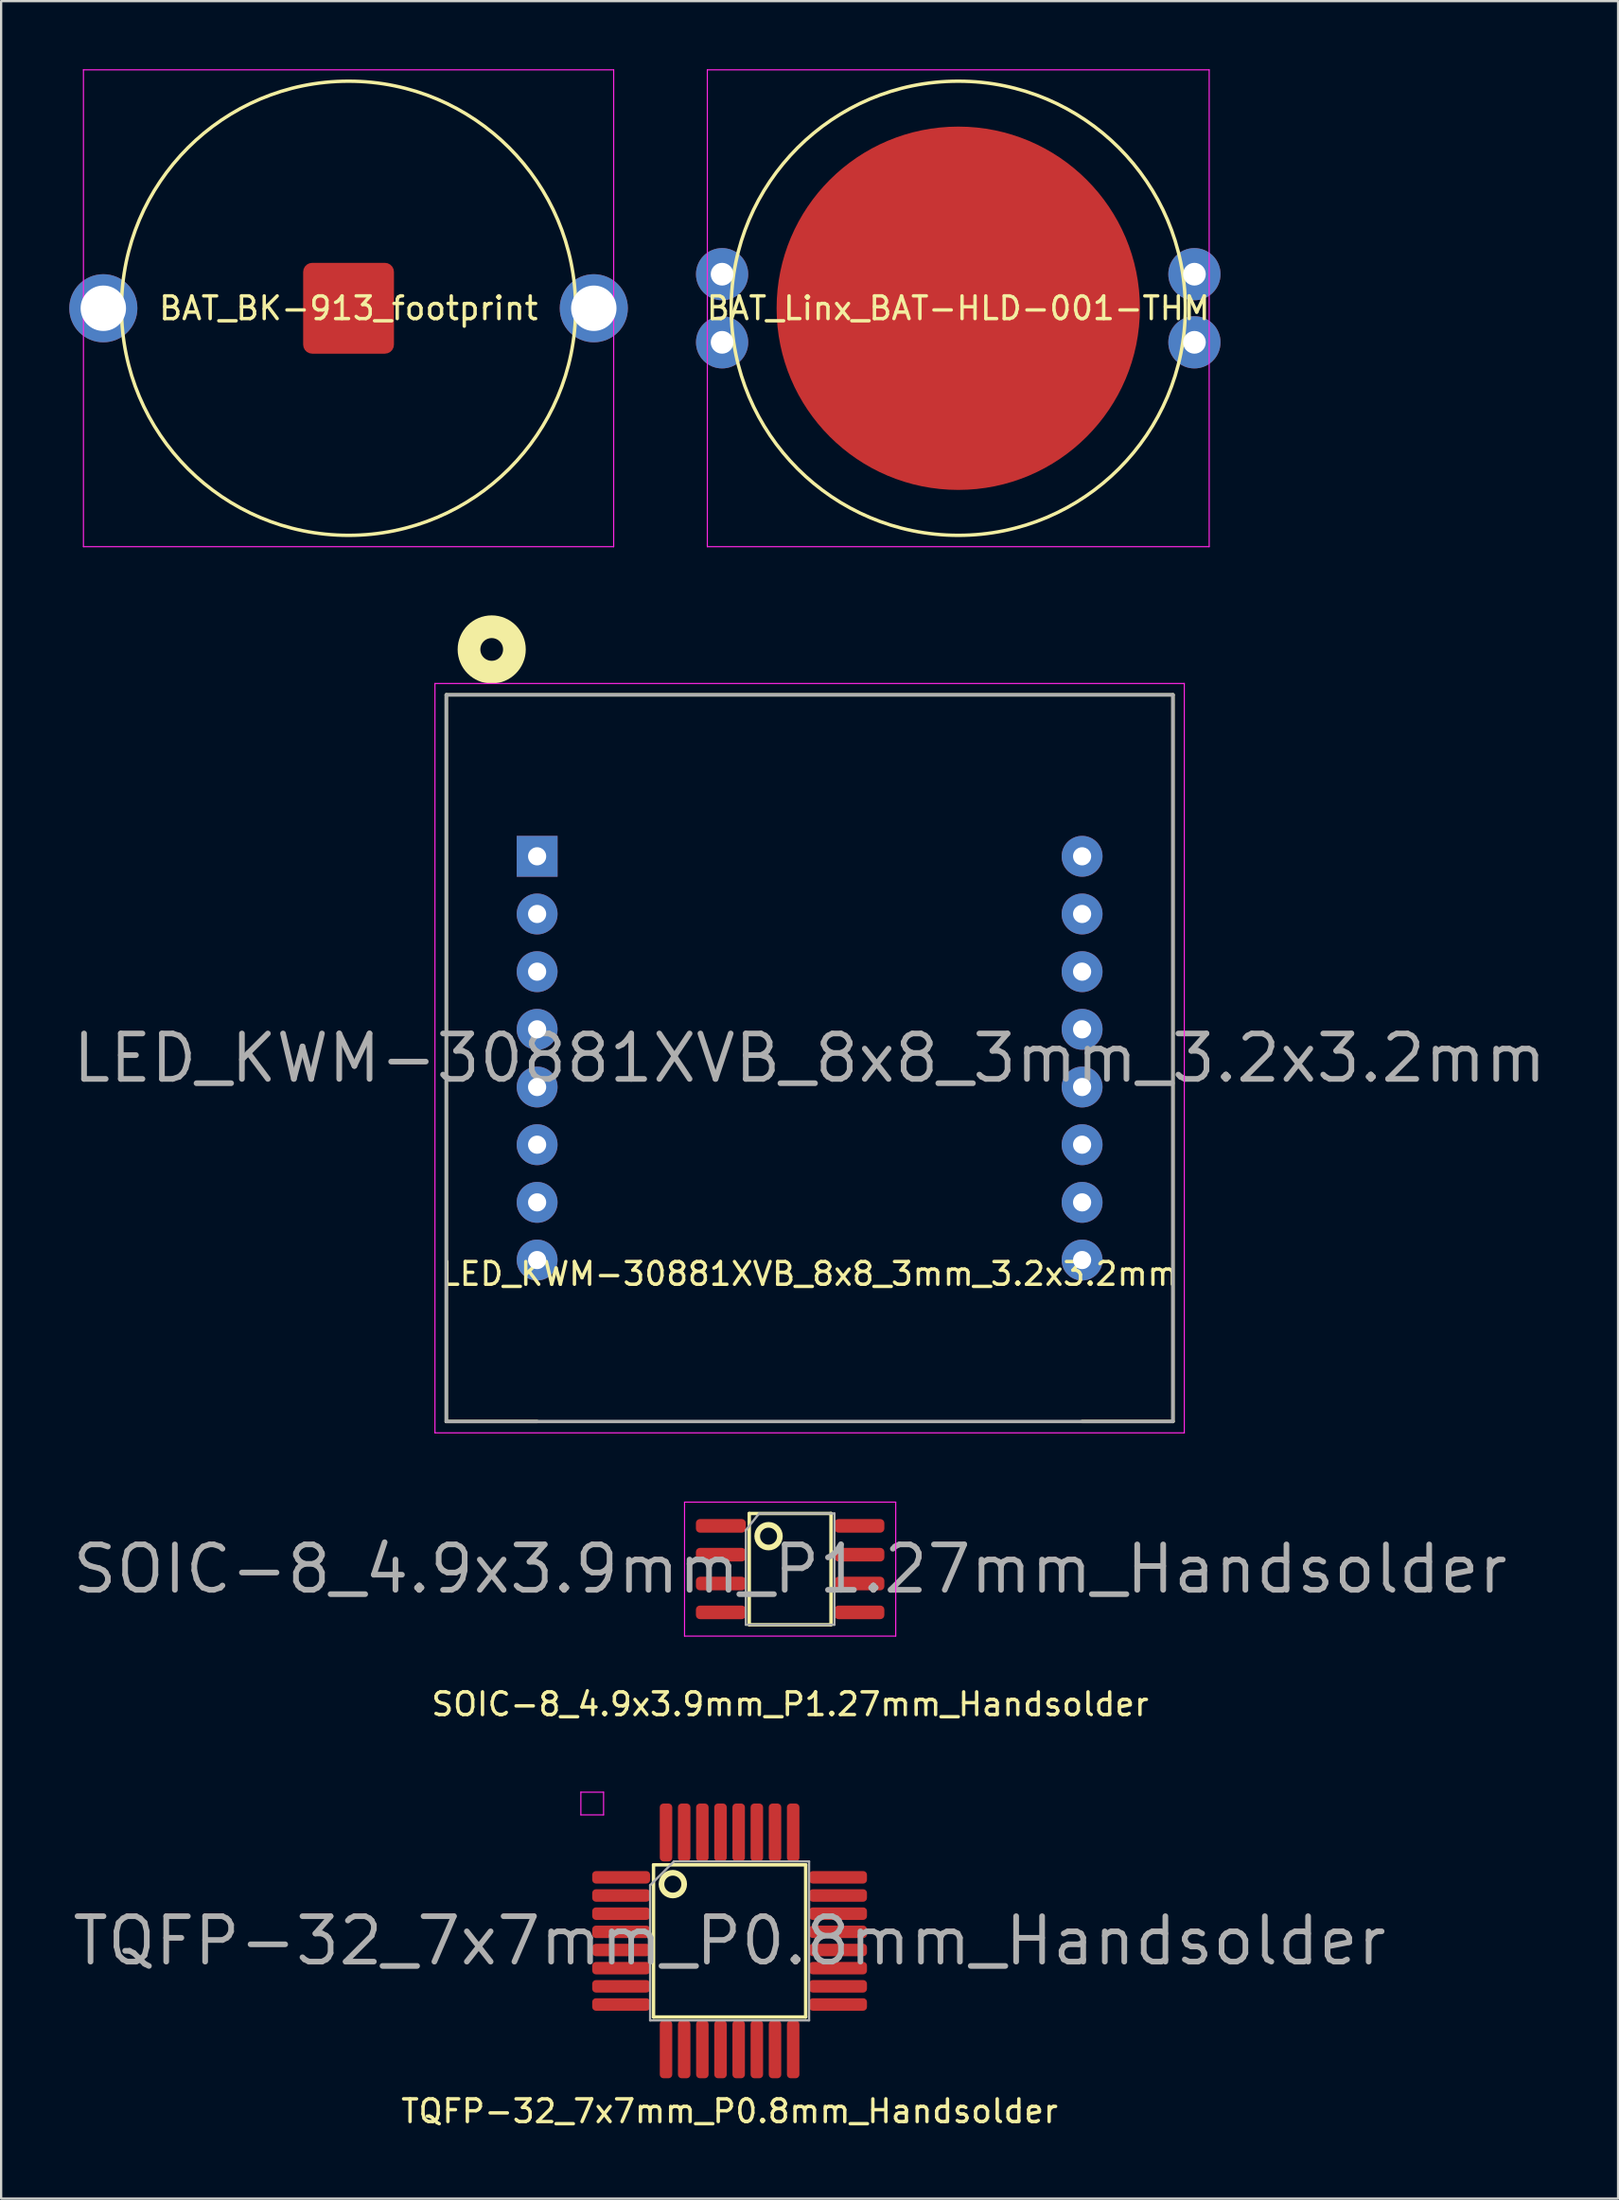
<source format=kicad_pcb>
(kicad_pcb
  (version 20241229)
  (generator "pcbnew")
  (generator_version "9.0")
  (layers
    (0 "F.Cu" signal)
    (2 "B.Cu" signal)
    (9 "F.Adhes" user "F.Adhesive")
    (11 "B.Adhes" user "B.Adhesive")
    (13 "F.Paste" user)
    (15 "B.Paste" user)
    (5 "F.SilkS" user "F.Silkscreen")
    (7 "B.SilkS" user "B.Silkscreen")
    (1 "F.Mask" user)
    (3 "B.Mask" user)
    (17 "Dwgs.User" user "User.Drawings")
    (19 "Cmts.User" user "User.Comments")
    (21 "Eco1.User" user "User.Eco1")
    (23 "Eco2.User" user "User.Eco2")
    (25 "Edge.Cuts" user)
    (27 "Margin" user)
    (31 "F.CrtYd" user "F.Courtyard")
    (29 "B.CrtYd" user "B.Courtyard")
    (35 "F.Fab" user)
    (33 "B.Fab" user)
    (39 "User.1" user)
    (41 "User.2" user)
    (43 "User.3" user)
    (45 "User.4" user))
  (footprint "TQFP-32_7x7mm_P0.8mm_Handsolder"
    (layer "F.Cu")
    (at 29.08 82.423)
    (property "Reference" "TQFP-32_7x7mm_P0.8mm_Handsolder" (at 0 7.5 0) (layer "F.SilkS") (effects (font (size 1 1) (thickness 0.15))))
    (attr smd)
    (fp_line (start -3.35 -3.35) (end -3.35 3.35) (stroke (width 0.15) (type solid)) (layer "F.SilkS"))
    (fp_line (start -3.35 3.35) (end 3.35 3.35) (stroke (width 0.15) (type solid)) (layer "F.SilkS"))
    (fp_line (start 3.35 -3.35) (end -3.35 -3.35) (stroke (width 0.15) (type solid)) (layer "F.SilkS"))
    (fp_line (start 3.35 3.35) (end 3.35 -3.35) (stroke (width 0.15) (type solid)) (layer "F.SilkS"))
    (fp_circle (center -2.5 -2.5) (end -2 -2.5) (stroke (width 0.25) (type solid)) (fill no) (layer "F.SilkS"))
    (fp_line (start -6.55 -6.55) (end -6.55 -5.55) (stroke (width 0.05) (type solid)) (layer "F.CrtYd"))
    (fp_line (start -6.55 -5.55) (end -5.55 -5.55) (stroke (width 0.05) (type solid)) (layer "F.CrtYd"))
    (fp_line (start -5.55 -6.55) (end -6.55 -6.55) (stroke (width 0.05) (type solid)) (layer "F.CrtYd"))
    (fp_line (start -5.55 -5.55) (end -5.55 -6.55) (stroke (width 0.05) (type solid)) (layer "F.CrtYd"))
    (fp_line (start -3.5 -2.45) (end -3.5 3.5) (stroke (width 0.1) (type solid)) (layer "F.Fab"))
    (fp_line (start -3.5 3.5) (end 3.5 3.5) (stroke (width 0.1) (type solid)) (layer "F.Fab"))
    (fp_line (start -2.45 -3.5) (end -3.5 -2.45) (stroke (width 0.1) (type solid)) (layer "F.Fab"))
    (fp_line (start 3.5 -3.5) (end -2.45 -3.5) (stroke (width 0.1) (type solid)) (layer "F.Fab"))
    (fp_line (start 3.5 3.5) (end 3.5 -3.5) (stroke (width 0.1) (type solid)) (layer "F.Fab"))
    (fp_text user "${REFERENCE}" (at 0 0 0) (layer "F.Fab") (effects (font (size 2 2) (thickness 0.25))))
    (pad "1" smd roundrect (at -4.775 -2.8) (size 2.55 0.55) (layers "F.Cu" "F.Mask" "F.Paste") (roundrect_rratio 0.3))
    (pad "2" smd roundrect (at -4.775 -2) (size 2.55 0.55) (layers "F.Cu" "F.Mask" "F.Paste") (roundrect_rratio 0.3))
    (pad "3" smd roundrect (at -4.775 -1.2) (size 2.55 0.55) (layers "F.Cu" "F.Mask" "F.Paste") (roundrect_rratio 0.3))
    (pad "4" smd roundrect (at -4.775 -0.4) (size 2.55 0.55) (layers "F.Cu" "F.Mask" "F.Paste") (roundrect_rratio 0.3))
    (pad "5" smd roundrect (at -4.775 0.4) (size 2.55 0.55) (layers "F.Cu" "F.Mask" "F.Paste") (roundrect_rratio 0.3))
    (pad "6" smd roundrect (at -4.775 1.2) (size 2.55 0.55) (layers "F.Cu" "F.Mask" "F.Paste") (roundrect_rratio 0.3))
    (pad "7" smd roundrect (at -4.775 2) (size 2.55 0.55) (layers "F.Cu" "F.Mask" "F.Paste") (roundrect_rratio 0.3))
    (pad "8" smd roundrect (at -4.775 2.8) (size 2.55 0.55) (layers "F.Cu" "F.Mask" "F.Paste") (roundrect_rratio 0.3))
    (pad "9" smd roundrect (at -2.8 4.775) (size 0.55 2.55) (layers "F.Cu" "F.Mask" "F.Paste") (roundrect_rratio 0.3))
    (pad "10" smd roundrect (at -2 4.775) (size 0.55 2.55) (layers "F.Cu" "F.Mask" "F.Paste") (roundrect_rratio 0.3))
    (pad "11" smd roundrect (at -1.2 4.775) (size 0.55 2.55) (layers "F.Cu" "F.Mask" "F.Paste") (roundrect_rratio 0.3))
    (pad "12" smd roundrect (at -0.4 4.775) (size 0.55 2.55) (layers "F.Cu" "F.Mask" "F.Paste") (roundrect_rratio 0.3))
    (pad "13" smd roundrect (at 0.4 4.775) (size 0.55 2.55) (layers "F.Cu" "F.Mask" "F.Paste") (roundrect_rratio 0.3))
    (pad "14" smd roundrect (at 1.2 4.775) (size 0.55 2.55) (layers "F.Cu" "F.Mask" "F.Paste") (roundrect_rratio 0.3))
    (pad "15" smd roundrect (at 2 4.775) (size 0.55 2.55) (layers "F.Cu" "F.Mask" "F.Paste") (roundrect_rratio 0.3))
    (pad "16" smd roundrect (at 2.8 4.775) (size 0.55 2.55) (layers "F.Cu" "F.Mask" "F.Paste") (roundrect_rratio 0.3))
    (pad "17" smd roundrect (at 4.775 2.8) (size 2.55 0.55) (layers "F.Cu" "F.Mask" "F.Paste") (roundrect_rratio 0.3))
    (pad "18" smd roundrect (at 4.775 2) (size 2.55 0.55) (layers "F.Cu" "F.Mask" "F.Paste") (roundrect_rratio 0.3))
    (pad "19" smd roundrect (at 4.775 1.2) (size 2.55 0.55) (layers "F.Cu" "F.Mask" "F.Paste") (roundrect_rratio 0.3))
    (pad "20" smd roundrect (at 4.775 0.4) (size 2.55 0.55) (layers "F.Cu" "F.Mask" "F.Paste") (roundrect_rratio 0.3))
    (pad "21" smd roundrect (at 4.775 -0.4) (size 2.55 0.55) (layers "F.Cu" "F.Mask" "F.Paste") (roundrect_rratio 0.3))
    (pad "22" smd roundrect (at 4.775 -1.2) (size 2.55 0.55) (layers "F.Cu" "F.Mask" "F.Paste") (roundrect_rratio 0.3))
    (pad "23" smd roundrect (at 4.775 -2) (size 2.55 0.55) (layers "F.Cu" "F.Mask" "F.Paste") (roundrect_rratio 0.3))
    (pad "24" smd roundrect (at 4.775 -2.8) (size 2.55 0.55) (layers "F.Cu" "F.Mask" "F.Paste") (roundrect_rratio 0.3))
    (pad "25" smd roundrect (at 2.8 -4.775) (size 0.55 2.55) (layers "F.Cu" "F.Mask" "F.Paste") (roundrect_rratio 0.3))
    (pad "26" smd roundrect (at 2 -4.775) (size 0.55 2.55) (layers "F.Cu" "F.Mask" "F.Paste") (roundrect_rratio 0.3))
    (pad "27" smd roundrect (at 1.2 -4.775) (size 0.55 2.55) (layers "F.Cu" "F.Mask" "F.Paste") (roundrect_rratio 0.3))
    (pad "28" smd roundrect (at 0.4 -4.775) (size 0.55 2.55) (layers "F.Cu" "F.Mask" "F.Paste") (roundrect_rratio 0.3))
    (pad "29" smd roundrect (at -0.4 -4.775) (size 0.55 2.55) (layers "F.Cu" "F.Mask" "F.Paste") (roundrect_rratio 0.3))
    (pad "30" smd roundrect (at -1.2 -4.775) (size 0.55 2.55) (layers "F.Cu" "F.Mask" "F.Paste") (roundrect_rratio 0.3))
    (pad "31" smd roundrect (at -2 -4.775) (size 0.55 2.55) (layers "F.Cu" "F.Mask" "F.Paste") (roundrect_rratio 0.3))
    (pad "32" smd roundrect (at -2.8 -4.775) (size 0.55 2.55) (layers "F.Cu" "F.Mask" "F.Paste") (roundrect_rratio 0.3)))
  (footprint "BAT_Linx_BAT-HLD-001-THM"
    (layer "F.Cu")
    (at 39.15 10.525)
    (property "Reference" "BAT_Linx_BAT-HLD-001-THM" (at 0 0 0) (layer "F.SilkS") (effects (font (size 1 1) (thickness 0.15))))
    (attr through_hole)
    (fp_circle (center 0 0) (end 10 0) (stroke (width 0.15) (type solid)) (fill no) (layer "F.SilkS"))
    (fp_line (start -11.05 -10.5) (end -11.05 10.5) (stroke (width 0.05) (type solid)) (layer "F.CrtYd"))
    (fp_line (start -11.05 10.5) (end 11.05 10.5) (stroke (width 0.05) (type solid)) (layer "F.CrtYd"))
    (fp_line (start 11.05 -10.5) (end -11.05 -10.5) (stroke (width 0.05) (type solid)) (layer "F.CrtYd"))
    (fp_line (start 11.05 10.5) (end 11.05 -10.5) (stroke (width 0.05) (type solid)) (layer "F.CrtYd"))
    (pad "1" thru_hole circle (at -10.4 -1.5) (size 2.3 2.3) (drill 1) (layers "*.Cu" "*.Mask"))
    (pad "1" thru_hole circle (at -10.4 1.5) (size 2.3 2.3) (drill 1) (layers "*.Cu" "*.Mask"))
    (pad "1" thru_hole circle (at 10.4 -1.5) (size 2.3 2.3) (drill 1) (layers "*.Cu" "*.Mask"))
    (pad "1" thru_hole circle (at 10.4 1.5) (size 2.3 2.3) (drill 1) (layers "*.Cu" "*.Mask"))
    (pad "2" smd circle (at 0 0) (size 16 16) (layers "F.Cu" "F.Mask")))
  (footprint "LED_KWM-30881XVB_8x8_3mm_3.2x3.2mm"
    (layer "F.Cu")
    (at 32.604 43.55)
    (property "Reference" "LED_KWM-30881XVB_8x8_3mm_3.2x3.2mm" (at 0 9.5 0) (layer "F.SilkS") (effects (font (size 1 1) (thickness 0.15))))
    (attr through_hole)
    (fp_line (start -16 -16) (end 16 -16) (stroke (width 0.15) (type solid)) (layer "F.SilkS"))
    (fp_line (start -16 16) (end -16 -16) (stroke (width 0.15) (type solid)) (layer "F.SilkS"))
    (fp_line (start -12 16) (end -16 16) (stroke (width 0.15) (type solid)) (layer "F.SilkS"))
    (fp_line (start 16 -16) (end 16 16) (stroke (width 0.15) (type solid)) (layer "F.SilkS"))
    (fp_line (start 16 16) (end 12 16) (stroke (width 0.15) (type solid)) (layer "F.SilkS"))
    (fp_circle (center -14 -18) (end -13 -18) (stroke (width 1) (type solid)) (fill no) (layer "F.SilkS"))
    (fp_line (start -16.5 -16.5) (end -16.5 16.5) (stroke (width 0.05) (type solid)) (layer "F.CrtYd"))
    (fp_line (start -16.5 16.5) (end 16.5 16.5) (stroke (width 0.05) (type solid)) (layer "F.CrtYd"))
    (fp_line (start 16.5 -16.5) (end -16.5 -16.5) (stroke (width 0.05) (type solid)) (layer "F.CrtYd"))
    (fp_line (start 16.5 16.5) (end 16.5 -16.5) (stroke (width 0.05) (type solid)) (layer "F.CrtYd"))
    (fp_line (start -16 -16) (end -16 16) (stroke (width 0.15) (type solid)) (layer "F.Fab"))
    (fp_line (start -16 16) (end 16 16) (stroke (width 0.15) (type solid)) (layer "F.Fab"))
    (fp_line (start 16 -16) (end -16 -16) (stroke (width 0.15) (type solid)) (layer "F.Fab"))
    (fp_line (start 16 16) (end 16 -16) (stroke (width 0.15) (type solid)) (layer "F.Fab"))
    (fp_text user "${REFERENCE}" (at 0 0 0) (layer "F.Fab") (effects (font (size 2 2) (thickness 0.25))))
    (pad "1" thru_hole rect (at -12 -8.89) (size 1.8 1.8) (drill 0.8) (layers "*.Cu" "*.Mask"))
    (pad "2" thru_hole circle (at -12 -6.35) (size 1.8 1.8) (drill 0.8) (layers "*.Cu" "*.Mask"))
    (pad "3" thru_hole circle (at -12 -3.81) (size 1.8 1.8) (drill 0.8) (layers "*.Cu" "*.Mask"))
    (pad "4" thru_hole circle (at -12 -1.27) (size 1.8 1.8) (drill 0.8) (layers "*.Cu" "*.Mask"))
    (pad "5" thru_hole circle (at -12 1.27) (size 1.8 1.8) (drill 0.8) (layers "*.Cu" "*.Mask"))
    (pad "6" thru_hole circle (at -12 3.81) (size 1.8 1.8) (drill 0.8) (layers "*.Cu" "*.Mask"))
    (pad "7" thru_hole circle (at -12 6.35) (size 1.8 1.8) (drill 0.8) (layers "*.Cu" "*.Mask"))
    (pad "8" thru_hole circle (at -12 8.89) (size 1.8 1.8) (drill 0.8) (layers "*.Cu" "*.Mask"))
    (pad "9" thru_hole circle (at 12 8.89) (size 1.8 1.8) (drill 0.8) (layers "*.Cu" "*.Mask"))
    (pad "10" thru_hole circle (at 12 6.35) (size 1.8 1.8) (drill 0.8) (layers "*.Cu" "*.Mask"))
    (pad "11" thru_hole circle (at 12 3.81) (size 1.8 1.8) (drill 0.8) (layers "*.Cu" "*.Mask"))
    (pad "12" thru_hole circle (at 12 1.27) (size 1.8 1.8) (drill 0.8) (layers "*.Cu" "*.Mask"))
    (pad "13" thru_hole circle (at 12 -1.27) (size 1.8 1.8) (drill 0.8) (layers "*.Cu" "*.Mask"))
    (pad "14" thru_hole circle (at 12 -3.81) (size 1.8 1.8) (drill 0.8) (layers "*.Cu" "*.Mask"))
    (pad "15" thru_hole circle (at 12 -6.35) (size 1.8 1.8) (drill 0.8) (layers "*.Cu" "*.Mask"))
    (pad "16" thru_hole circle (at 12 -8.89) (size 1.8 1.8) (drill 0.8) (layers "*.Cu" "*.Mask")))
  (footprint "SOIC-8_4.9x3.9mm_P1.27mm_Handsolder"
    (layer "F.Cu")
    (at 31.746 66.05)
    (property "Reference" "SOIC-8_4.9x3.9mm_P1.27mm_Handsolder" (at 0 5.95 0) (layer "F.SilkS") (effects (font (size 1 1) (thickness 0.15))))
    (attr smd)
    (fp_line (start -1.8 -2.45) (end -1.8 2.45) (stroke (width 0.15) (type solid)) (layer "F.SilkS"))
    (fp_line (start -1.8 2.45) (end 1.8 2.45) (stroke (width 0.15) (type solid)) (layer "F.SilkS"))
    (fp_line (start 1.8 -2.45) (end -1.8 -2.45) (stroke (width 0.15) (type solid)) (layer "F.SilkS"))
    (fp_line (start 1.8 2.45) (end 1.8 -2.45) (stroke (width 0.15) (type solid)) (layer "F.SilkS"))
    (fp_circle (center -0.95 -1.45) (end -0.45 -1.45) (stroke (width 0.25) (type solid)) (fill no) (layer "F.SilkS"))
    (fp_line (start -4.65 -2.95) (end -4.65 2.95) (stroke (width 0.05) (type solid)) (layer "F.CrtYd"))
    (fp_line (start -4.65 2.95) (end 4.65 2.95) (stroke (width 0.05) (type solid)) (layer "F.CrtYd"))
    (fp_line (start 4.65 -2.95) (end -4.65 -2.95) (stroke (width 0.05) (type solid)) (layer "F.CrtYd"))
    (fp_line (start 4.65 2.95) (end 4.65 -2.95) (stroke (width 0.05) (type solid)) (layer "F.CrtYd"))
    (fp_line (start -1.95 -1.715) (end -1.95 2.45) (stroke (width 0.1) (type solid)) (layer "F.Fab"))
    (fp_line (start -1.95 2.45) (end 1.95 2.45) (stroke (width 0.1) (type solid)) (layer "F.Fab"))
    (fp_line (start -1.365 -2.45) (end -1.95 -1.715) (stroke (width 0.1) (type solid)) (layer "F.Fab"))
    (fp_line (start 1.95 -2.45) (end -1.365 -2.45) (stroke (width 0.1) (type solid)) (layer "F.Fab"))
    (fp_line (start 1.95 2.45) (end 1.95 -2.45) (stroke (width 0.1) (type solid)) (layer "F.Fab"))
    (fp_text user "${REFERENCE}" (at 0 0 0) (layer "F.Fab") (effects (font (size 2 2) (thickness 0.25))))
    (pad "1" smd roundrect (at -3.05 -1.905) (size 2.2 0.6) (layers "F.Cu" "F.Mask" "F.Paste") (roundrect_rratio 0.3))
    (pad "2" smd roundrect (at -3.05 -0.635) (size 2.2 0.6) (layers "F.Cu" "F.Mask" "F.Paste") (roundrect_rratio 0.3))
    (pad "3" smd roundrect (at -3.05 0.635) (size 2.2 0.6) (layers "F.Cu" "F.Mask" "F.Paste") (roundrect_rratio 0.3))
    (pad "4" smd roundrect (at -3.05 1.905) (size 2.2 0.6) (layers "F.Cu" "F.Mask" "F.Paste") (roundrect_rratio 0.3))
    (pad "5" smd roundrect (at 3.05 1.905) (size 2.2 0.6) (layers "F.Cu" "F.Mask" "F.Paste") (roundrect_rratio 0.3))
    (pad "6" smd roundrect (at 3.05 0.635) (size 2.2 0.6) (layers "F.Cu" "F.Mask" "F.Paste") (roundrect_rratio 0.3))
    (pad "7" smd roundrect (at 3.05 -0.635) (size 2.2 0.6) (layers "F.Cu" "F.Mask" "F.Paste") (roundrect_rratio 0.3))
    (pad "8" smd roundrect (at 3.05 -1.905) (size 2.2 0.6) (layers "F.Cu" "F.Mask" "F.Paste") (roundrect_rratio 0.3)))
  (footprint "BAT_BK-913_footprint"
    (layer "F.Cu")
    (at 12.3 10.525)
    (property "Reference" "BAT_BK-913_footprint" (at 0 0 0) (layer "F.SilkS") (effects (font (size 1 1) (thickness 0.15))))
    (attr through_hole)
    (fp_circle (center 0 0) (end 10 0) (stroke (width 0.15) (type solid)) (fill no) (layer "F.SilkS"))
    (fp_line (start -11.675 -10.5) (end -11.675 10.5) (stroke (width 0.05) (type solid)) (layer "F.CrtYd"))
    (fp_line (start -11.675 10.5) (end 11.675 10.5) (stroke (width 0.05) (type solid)) (layer "F.CrtYd"))
    (fp_line (start 11.675 -10.5) (end -11.675 -10.5) (stroke (width 0.05) (type solid)) (layer "F.CrtYd"))
    (fp_line (start 11.675 10.5) (end 11.675 -10.5) (stroke (width 0.05) (type solid)) (layer "F.CrtYd"))
    (pad "1" thru_hole circle (at -10.8 0) (size 3 3) (drill 2) (layers "*.Cu" "*.Mask"))
    (pad "1" thru_hole circle (at 10.8 0) (size 3 3) (drill 2) (layers "*.Cu" "*.Mask"))
    (pad "2" smd roundrect (at 0 0) (size 4 4) (layers "F.Cu" "F.Mask") (roundrect_rratio 0.1)))
  (gr_rect
    (start -3 -3)
    (end 68.207 93.772)
    (stroke (width 0.1) (type default))
    (fill no)
    (layer "Edge.Cuts")))
</source>
